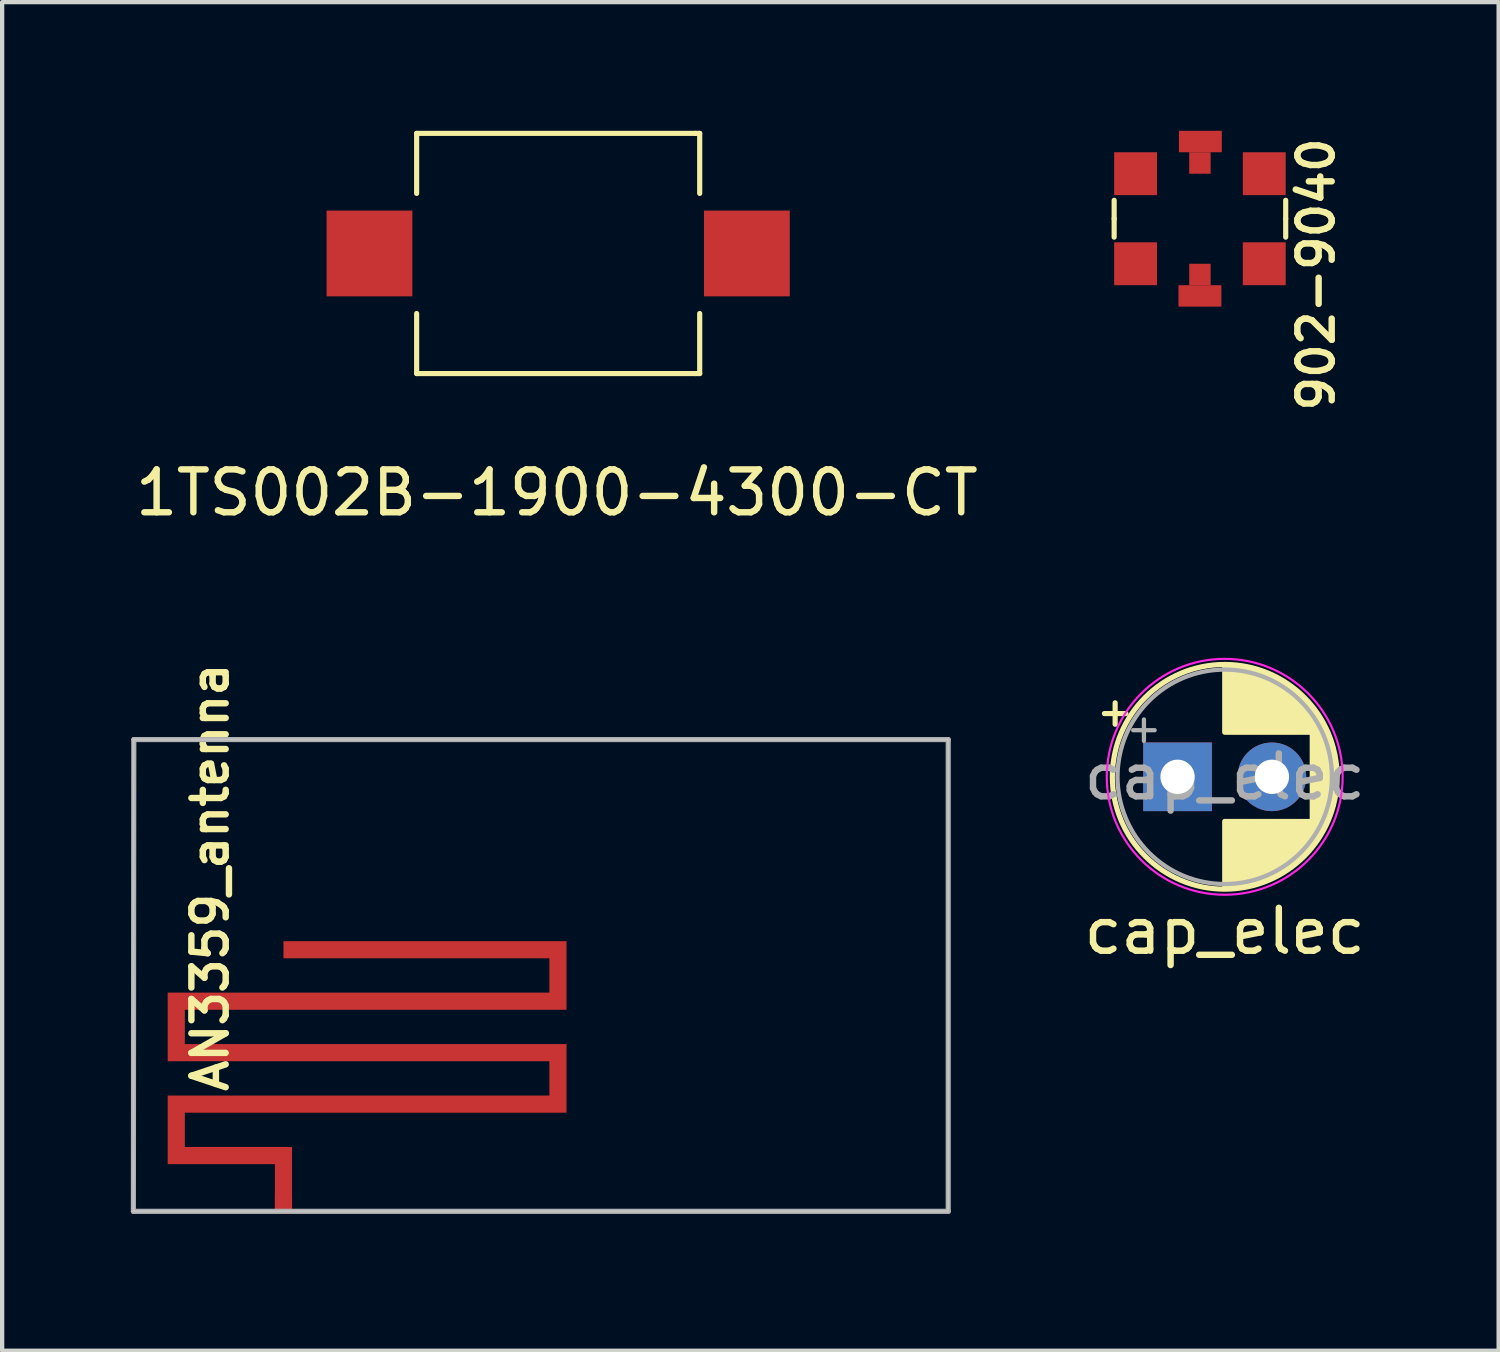
<source format=kicad_pcb>
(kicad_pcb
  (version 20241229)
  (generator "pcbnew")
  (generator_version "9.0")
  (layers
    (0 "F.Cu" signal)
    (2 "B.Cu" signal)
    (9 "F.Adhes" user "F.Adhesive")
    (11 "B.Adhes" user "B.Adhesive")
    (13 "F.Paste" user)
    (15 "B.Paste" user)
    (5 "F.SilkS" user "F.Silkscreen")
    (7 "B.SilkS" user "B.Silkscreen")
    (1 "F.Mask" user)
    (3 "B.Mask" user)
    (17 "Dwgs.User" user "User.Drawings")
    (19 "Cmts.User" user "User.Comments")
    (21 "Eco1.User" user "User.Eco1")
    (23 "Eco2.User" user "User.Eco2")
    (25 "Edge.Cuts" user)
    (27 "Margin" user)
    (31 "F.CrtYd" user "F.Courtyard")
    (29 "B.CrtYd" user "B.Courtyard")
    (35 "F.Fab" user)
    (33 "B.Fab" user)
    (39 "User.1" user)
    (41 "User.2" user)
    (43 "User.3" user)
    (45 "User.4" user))
  (footprint "AN3359_antenna"
    (layer "F.Cu")
    (at 3.56 25.195)
    (property "Reference" "AN3359_antenna" (at -1.71 -7.79 90) (layer "F.SilkS") (effects (font (size 0.8 0.8) (thickness 0.15))))
    (attr through_hole)
    (fp_poly (pts (xy 6.6 -4.7) (xy -2.3 -4.7) (xy -2.3 -3.9) (xy 6.6 -3.9) (xy 6.6 -2.3) (xy -2.3 -2.3) (xy -2.3 -1.5) (xy 0.2 -1.5) (xy 0.2 0) (xy -0.2 0) (xy -0.2 -1.1) (xy -2.7 -1.1) (xy -2.7 -2.7) (xy 6.2 -2.7) (xy 6.2 -3.5) (xy -2.7 -3.5) (xy -2.7 -5.1) (xy 6.2 -5.1) (xy 6.2 -5.9) (xy 0 -5.9) (xy 0 -6.3) (xy 6.6 -6.3)) (stroke (width 0) (type solid)) (fill yes) (layer "F.Cu"))
    (fp_line (start -3.5 -11) (end 15.5 -11) (stroke (width 0.05) (type solid)) (layer "Dwgs.User"))
    (fp_line (start -3.5 0) (end -3.5 -11) (stroke (width 0.05) (type solid)) (layer "Dwgs.User"))
    (fp_line (start 0 0) (end -3.5 0) (stroke (width 0.05) (type solid)) (layer "Dwgs.User"))
    (fp_line (start 15.5 -11) (end 15.5 0) (stroke (width 0.05) (type solid)) (layer "Dwgs.User"))
    (fp_line (start 15.5 0) (end 0 0) (stroke (width 0.05) (type solid)) (layer "Dwgs.User"))
    (fp_line (start -3.5 0) (end -3.49 -11) (stroke (width 0.12) (type solid)) (layer "F.Fab"))
    (fp_line (start -3.49 -11) (end 15.5 -11) (stroke (width 0.12) (type solid)) (layer "F.Fab"))
    (fp_line (start 15.5 -11) (end 15.5 0) (stroke (width 0.12) (type solid)) (layer "F.Fab"))
    (fp_line (start 15.5 0) (end -3.5 0) (stroke (width 0.12) (type solid)) (layer "F.Fab"))
    (pad "1" smd rect (at 0 -0.2) (size 0.4 0.4) (layers "F.Cu" "F.Mask" "F.Paste")))
  (footprint "1TS002B-1900-4300-CT"
    (layer "F.Cu")
    (at 9.965 2.86)
    (property "Reference" "1TS002B-1900-4300-CT" (at -0.03 5.58 0) (layer "F.SilkS") (effects (font (size 1 1) (thickness 0.15))))
    (attr through_hole)
    (fp_line (start -3.3 -2.8) (end 3.2 -2.8) (stroke (width 0.12) (type solid)) (layer "F.SilkS"))
    (fp_line (start -3.3 -1.4) (end -3.3 -2.8) (stroke (width 0.12) (type solid)) (layer "F.SilkS"))
    (fp_line (start -3.3 1.4) (end -3.3 2.8) (stroke (width 0.12) (type solid)) (layer "F.SilkS"))
    (fp_line (start -3.3 2.8) (end 3.2 2.8) (stroke (width 0.12) (type solid)) (layer "F.SilkS"))
    (fp_line (start 3.3 -2.8) (end 3.2 -2.8) (stroke (width 0.12) (type solid)) (layer "F.SilkS"))
    (fp_line (start 3.3 -2.8) (end 3.3 -1.4) (stroke (width 0.12) (type solid)) (layer "F.SilkS"))
    (fp_line (start 3.3 2.8) (end 3.2 2.8) (stroke (width 0.12) (type solid)) (layer "F.SilkS"))
    (fp_line (start 3.3 2.8) (end 3.3 1.4) (stroke (width 0.12) (type solid)) (layer "F.SilkS"))
    (pad "1" smd rect (at -4.4 0) (size 2 2) (layers "F.Cu" "F.Mask" "F.Paste"))
    (pad "2" smd rect (at 4.4 0) (size 2 2) (layers "F.Cu" "F.Mask" "F.Paste")))
  (footprint "902-9040"
    (layer "F.Cu")
    (at 24.929 2.05)
    (property "Reference" "902-9040" (at 2.71 1.3 90) (layer "F.SilkS") (effects (font (size 0.8 0.8) (thickness 0.15))))
    (attr through_hole)
    (fp_poly (pts (xy 0.25 -1.05) (xy -0.25 -1.05) (xy -0.25 -1.55) (xy 0.25 -1.55)) (stroke (width 0.001) (type solid)) (fill yes) (layer "F.Cu"))
    (fp_poly (pts (xy 0.25 1.55) (xy -0.25 1.55) (xy -0.25 1.05) (xy 0.25 1.05)) (stroke (width 0.001) (type solid)) (fill yes) (layer "F.Cu"))
    (fp_line (start -2 0) (end -2 -0.43) (stroke (width 0.12) (type solid)) (layer "F.SilkS"))
    (fp_line (start -2 0) (end -2 0.43) (stroke (width 0.12) (type solid)) (layer "F.SilkS"))
    (fp_line (start 2 0) (end 2 -0.43) (stroke (width 0.12) (type solid)) (layer "F.SilkS"))
    (fp_line (start 2 0) (end 2 0.43) (stroke (width 0.12) (type solid)) (layer "F.SilkS"))
    (pad "1" smd rect (at 0.01 -1.8) (size 1 0.5) (layers "F.Cu" "F.Mask" "F.Paste"))
    (pad "2" smd rect (at 0 1.8) (size 1 0.5) (layers "F.Cu" "F.Mask" "F.Paste"))
    (pad "3" smd rect (at -1.5 -1.05) (size 1 1) (layers "F.Cu" "F.Mask" "F.Paste"))
    (pad "4" smd rect (at 1.5 -1.05) (size 1 1) (layers "F.Cu" "F.Mask" "F.Paste"))
    (pad "5" smd rect (at -1.5 1.05) (size 1 1) (layers "F.Cu" "F.Mask" "F.Paste"))
    (pad "6" smd rect (at 1.5 1.05) (size 1 1) (layers "F.Cu" "F.Mask" "F.Paste")))
  (footprint "cap_elec"
    (layer "F.Cu")
    (at 25.507 14.863)
    (property "Reference" "cap_elec" (at 0 3.8 0) (layer "F.SilkS") (effects (font (size 1 1) (thickness 0.15))))
    (attr through_hole)
    (fp_line (start -2.805 -1.275) (end -2.305 -1.275) (stroke (width 0.12) (type solid)) (layer "F.SilkS"))
    (fp_line (start -2.555 -1.525) (end -2.555 -1.025) (stroke (width 0.12) (type solid)) (layer "F.SilkS"))
    (fp_line (start 0 -2.38) (end 0 -0.84) (stroke (width 0.12) (type solid)) (layer "F.SilkS"))
    (fp_line (start 0 1.24) (end 0 2.78) (stroke (width 0.12) (type solid)) (layer "F.SilkS"))
    (fp_line (start 0.04 -2.38) (end 0.04 -0.84) (stroke (width 0.12) (type solid)) (layer "F.SilkS"))
    (fp_line (start 0.04 1.24) (end 0.04 2.78) (stroke (width 0.12) (type solid)) (layer "F.SilkS"))
    (fp_line (start 0.08 -2.379) (end 0.08 -0.84) (stroke (width 0.12) (type solid)) (layer "F.SilkS"))
    (fp_line (start 0.08 1.24) (end 0.08 2.779) (stroke (width 0.12) (type solid)) (layer "F.SilkS"))
    (fp_line (start 0.12 -2.378) (end 0.12 -0.84) (stroke (width 0.12) (type solid)) (layer "F.SilkS"))
    (fp_line (start 0.12 1.24) (end 0.12 2.778) (stroke (width 0.12) (type solid)) (layer "F.SilkS"))
    (fp_line (start 0.16 -2.376) (end 0.16 -0.84) (stroke (width 0.12) (type solid)) (layer "F.SilkS"))
    (fp_line (start 0.16 1.24) (end 0.16 2.776) (stroke (width 0.12) (type solid)) (layer "F.SilkS"))
    (fp_line (start 0.2 -2.373) (end 0.2 -0.84) (stroke (width 0.12) (type solid)) (layer "F.SilkS"))
    (fp_line (start 0.2 1.24) (end 0.2 2.773) (stroke (width 0.12) (type solid)) (layer "F.SilkS"))
    (fp_line (start 0.24 -2.369) (end 0.24 -0.84) (stroke (width 0.12) (type solid)) (layer "F.SilkS"))
    (fp_line (start 0.24 1.24) (end 0.24 2.769) (stroke (width 0.12) (type solid)) (layer "F.SilkS"))
    (fp_line (start 0.28 -2.365) (end 0.28 -0.84) (stroke (width 0.12) (type solid)) (layer "F.SilkS"))
    (fp_line (start 0.28 1.24) (end 0.28 2.765) (stroke (width 0.12) (type solid)) (layer "F.SilkS"))
    (fp_line (start 0.32 -2.361) (end 0.32 -0.84) (stroke (width 0.12) (type solid)) (layer "F.SilkS"))
    (fp_line (start 0.32 1.24) (end 0.32 2.761) (stroke (width 0.12) (type solid)) (layer "F.SilkS"))
    (fp_line (start 0.36 -2.356) (end 0.36 -0.84) (stroke (width 0.12) (type solid)) (layer "F.SilkS"))
    (fp_line (start 0.36 1.24) (end 0.36 2.756) (stroke (width 0.12) (type solid)) (layer "F.SilkS"))
    (fp_line (start 0.4 -2.35) (end 0.4 -0.84) (stroke (width 0.12) (type solid)) (layer "F.SilkS"))
    (fp_line (start 0.4 1.24) (end 0.4 2.75) (stroke (width 0.12) (type solid)) (layer "F.SilkS"))
    (fp_line (start 0.44 -2.343) (end 0.44 -0.84) (stroke (width 0.12) (type solid)) (layer "F.SilkS"))
    (fp_line (start 0.44 1.24) (end 0.44 2.743) (stroke (width 0.12) (type solid)) (layer "F.SilkS"))
    (fp_line (start 0.48 -2.336) (end 0.48 -0.84) (stroke (width 0.12) (type solid)) (layer "F.SilkS"))
    (fp_line (start 0.48 1.24) (end 0.48 2.736) (stroke (width 0.12) (type solid)) (layer "F.SilkS"))
    (fp_line (start 0.52 -2.328) (end 0.52 -0.84) (stroke (width 0.12) (type solid)) (layer "F.SilkS"))
    (fp_line (start 0.52 1.24) (end 0.52 2.728) (stroke (width 0.12) (type solid)) (layer "F.SilkS"))
    (fp_line (start 0.56 -2.32) (end 0.56 -0.84) (stroke (width 0.12) (type solid)) (layer "F.SilkS"))
    (fp_line (start 0.56 1.24) (end 0.56 2.72) (stroke (width 0.12) (type solid)) (layer "F.SilkS"))
    (fp_line (start 0.6 -2.311) (end 0.6 -0.84) (stroke (width 0.12) (type solid)) (layer "F.SilkS"))
    (fp_line (start 0.6 1.24) (end 0.6 2.711) (stroke (width 0.12) (type solid)) (layer "F.SilkS"))
    (fp_line (start 0.64 -2.301) (end 0.64 -0.84) (stroke (width 0.12) (type solid)) (layer "F.SilkS"))
    (fp_line (start 0.64 1.24) (end 0.64 2.701) (stroke (width 0.12) (type solid)) (layer "F.SilkS"))
    (fp_line (start 0.68 -2.291) (end 0.68 -0.84) (stroke (width 0.12) (type solid)) (layer "F.SilkS"))
    (fp_line (start 0.68 1.24) (end 0.68 2.691) (stroke (width 0.12) (type solid)) (layer "F.SilkS"))
    (fp_line (start 0.721 -2.28) (end 0.721 -0.84) (stroke (width 0.12) (type solid)) (layer "F.SilkS"))
    (fp_line (start 0.721 1.24) (end 0.721 2.68) (stroke (width 0.12) (type solid)) (layer "F.SilkS"))
    (fp_line (start 0.761 -2.268) (end 0.761 -0.84) (stroke (width 0.12) (type solid)) (layer "F.SilkS"))
    (fp_line (start 0.761 1.24) (end 0.761 2.668) (stroke (width 0.12) (type solid)) (layer "F.SilkS"))
    (fp_line (start 0.801 -2.255) (end 0.801 -0.84) (stroke (width 0.12) (type solid)) (layer "F.SilkS"))
    (fp_line (start 0.801 1.24) (end 0.801 2.655) (stroke (width 0.12) (type solid)) (layer "F.SilkS"))
    (fp_line (start 0.841 -2.242) (end 0.841 -0.84) (stroke (width 0.12) (type solid)) (layer "F.SilkS"))
    (fp_line (start 0.841 1.24) (end 0.841 2.642) (stroke (width 0.12) (type solid)) (layer "F.SilkS"))
    (fp_line (start 0.881 -2.228) (end 0.881 -0.84) (stroke (width 0.12) (type solid)) (layer "F.SilkS"))
    (fp_line (start 0.881 1.24) (end 0.881 2.628) (stroke (width 0.12) (type solid)) (layer "F.SilkS"))
    (fp_line (start 0.921 -2.214) (end 0.921 -0.84) (stroke (width 0.12) (type solid)) (layer "F.SilkS"))
    (fp_line (start 0.921 1.24) (end 0.921 2.614) (stroke (width 0.12) (type solid)) (layer "F.SilkS"))
    (fp_line (start 0.961 -2.198) (end 0.961 -0.84) (stroke (width 0.12) (type solid)) (layer "F.SilkS"))
    (fp_line (start 0.961 1.24) (end 0.961 2.598) (stroke (width 0.12) (type solid)) (layer "F.SilkS"))
    (fp_line (start 1.001 -2.182) (end 1.001 -0.84) (stroke (width 0.12) (type solid)) (layer "F.SilkS"))
    (fp_line (start 1.001 1.24) (end 1.001 2.582) (stroke (width 0.12) (type solid)) (layer "F.SilkS"))
    (fp_line (start 1.041 -2.165) (end 1.041 -0.84) (stroke (width 0.12) (type solid)) (layer "F.SilkS"))
    (fp_line (start 1.041 1.24) (end 1.041 2.565) (stroke (width 0.12) (type solid)) (layer "F.SilkS"))
    (fp_line (start 1.081 -2.148) (end 1.081 -0.84) (stroke (width 0.12) (type solid)) (layer "F.SilkS"))
    (fp_line (start 1.081 1.24) (end 1.081 2.548) (stroke (width 0.12) (type solid)) (layer "F.SilkS"))
    (fp_line (start 1.121 -2.129) (end 1.121 -0.84) (stroke (width 0.12) (type solid)) (layer "F.SilkS"))
    (fp_line (start 1.121 1.24) (end 1.121 2.529) (stroke (width 0.12) (type solid)) (layer "F.SilkS"))
    (fp_line (start 1.161 -2.11) (end 1.161 -0.84) (stroke (width 0.12) (type solid)) (layer "F.SilkS"))
    (fp_line (start 1.161 1.24) (end 1.161 2.51) (stroke (width 0.12) (type solid)) (layer "F.SilkS"))
    (fp_line (start 1.201 -2.09) (end 1.201 -0.84) (stroke (width 0.12) (type solid)) (layer "F.SilkS"))
    (fp_line (start 1.201 1.24) (end 1.201 2.49) (stroke (width 0.12) (type solid)) (layer "F.SilkS"))
    (fp_line (start 1.241 -2.068) (end 1.241 -0.84) (stroke (width 0.12) (type solid)) (layer "F.SilkS"))
    (fp_line (start 1.241 1.24) (end 1.241 2.468) (stroke (width 0.12) (type solid)) (layer "F.SilkS"))
    (fp_line (start 1.281 -2.047) (end 1.281 -0.84) (stroke (width 0.12) (type solid)) (layer "F.SilkS"))
    (fp_line (start 1.281 1.24) (end 1.281 2.447) (stroke (width 0.12) (type solid)) (layer "F.SilkS"))
    (fp_line (start 1.321 -2.024) (end 1.321 -0.84) (stroke (width 0.12) (type solid)) (layer "F.SilkS"))
    (fp_line (start 1.321 1.24) (end 1.321 2.424) (stroke (width 0.12) (type solid)) (layer "F.SilkS"))
    (fp_line (start 1.361 -2) (end 1.361 -0.84) (stroke (width 0.12) (type solid)) (layer "F.SilkS"))
    (fp_line (start 1.361 1.24) (end 1.361 2.4) (stroke (width 0.12) (type solid)) (layer "F.SilkS"))
    (fp_line (start 1.401 -1.975) (end 1.401 -0.84) (stroke (width 0.12) (type solid)) (layer "F.SilkS"))
    (fp_line (start 1.401 1.24) (end 1.401 2.375) (stroke (width 0.12) (type solid)) (layer "F.SilkS"))
    (fp_line (start 1.441 -1.949) (end 1.441 -0.84) (stroke (width 0.12) (type solid)) (layer "F.SilkS"))
    (fp_line (start 1.441 1.24) (end 1.441 2.349) (stroke (width 0.12) (type solid)) (layer "F.SilkS"))
    (fp_line (start 1.481 -1.922) (end 1.481 -0.84) (stroke (width 0.12) (type solid)) (layer "F.SilkS"))
    (fp_line (start 1.481 1.24) (end 1.481 2.322) (stroke (width 0.12) (type solid)) (layer "F.SilkS"))
    (fp_line (start 1.521 -1.895) (end 1.521 -0.84) (stroke (width 0.12) (type solid)) (layer "F.SilkS"))
    (fp_line (start 1.521 1.24) (end 1.521 2.295) (stroke (width 0.12) (type solid)) (layer "F.SilkS"))
    (fp_line (start 1.561 -1.865) (end 1.561 -0.84) (stroke (width 0.12) (type solid)) (layer "F.SilkS"))
    (fp_line (start 1.561 1.24) (end 1.561 2.265) (stroke (width 0.12) (type solid)) (layer "F.SilkS"))
    (fp_line (start 1.601 -1.835) (end 1.601 -0.84) (stroke (width 0.12) (type solid)) (layer "F.SilkS"))
    (fp_line (start 1.601 1.24) (end 1.601 2.235) (stroke (width 0.12) (type solid)) (layer "F.SilkS"))
    (fp_line (start 1.641 -1.804) (end 1.641 -0.84) (stroke (width 0.12) (type solid)) (layer "F.SilkS"))
    (fp_line (start 1.641 1.24) (end 1.641 2.204) (stroke (width 0.12) (type solid)) (layer "F.SilkS"))
    (fp_line (start 1.681 -1.771) (end 1.681 -0.84) (stroke (width 0.12) (type solid)) (layer "F.SilkS"))
    (fp_line (start 1.681 1.24) (end 1.681 2.171) (stroke (width 0.12) (type solid)) (layer "F.SilkS"))
    (fp_line (start 1.721 -1.737) (end 1.721 -0.84) (stroke (width 0.12) (type solid)) (layer "F.SilkS"))
    (fp_line (start 1.721 1.24) (end 1.721 2.137) (stroke (width 0.12) (type solid)) (layer "F.SilkS"))
    (fp_line (start 1.761 -1.701) (end 1.761 -0.84) (stroke (width 0.12) (type solid)) (layer "F.SilkS"))
    (fp_line (start 1.761 1.24) (end 1.761 2.101) (stroke (width 0.12) (type solid)) (layer "F.SilkS"))
    (fp_line (start 1.801 -1.664) (end 1.801 -0.84) (stroke (width 0.12) (type solid)) (layer "F.SilkS"))
    (fp_line (start 1.801 1.24) (end 1.801 2.064) (stroke (width 0.12) (type solid)) (layer "F.SilkS"))
    (fp_line (start 1.841 -1.626) (end 1.841 -0.84) (stroke (width 0.12) (type solid)) (layer "F.SilkS"))
    (fp_line (start 1.841 1.24) (end 1.841 2.026) (stroke (width 0.12) (type solid)) (layer "F.SilkS"))
    (fp_line (start 1.881 -1.585) (end 1.881 -0.84) (stroke (width 0.12) (type solid)) (layer "F.SilkS"))
    (fp_line (start 1.881 1.24) (end 1.881 1.985) (stroke (width 0.12) (type solid)) (layer "F.SilkS"))
    (fp_line (start 1.921 -1.543) (end 1.921 -0.84) (stroke (width 0.12) (type solid)) (layer "F.SilkS"))
    (fp_line (start 1.921 1.24) (end 1.921 1.943) (stroke (width 0.12) (type solid)) (layer "F.SilkS"))
    (fp_line (start 1.961 -1.499) (end 1.961 -0.84) (stroke (width 0.12) (type solid)) (layer "F.SilkS"))
    (fp_line (start 1.961 1.24) (end 1.961 1.899) (stroke (width 0.12) (type solid)) (layer "F.SilkS"))
    (fp_line (start 2.001 -1.453) (end 2.001 -0.84) (stroke (width 0.12) (type solid)) (layer "F.SilkS"))
    (fp_line (start 2.001 1.24) (end 2.001 1.853) (stroke (width 0.12) (type solid)) (layer "F.SilkS"))
    (fp_line (start 2.041 -1.405) (end 2.041 1.805) (stroke (width 0.12) (type solid)) (layer "F.SilkS"))
    (fp_line (start 2.081 -1.354) (end 2.081 1.754) (stroke (width 0.12) (type solid)) (layer "F.SilkS"))
    (fp_line (start 2.121 -1.3) (end 2.121 1.7) (stroke (width 0.12) (type solid)) (layer "F.SilkS"))
    (fp_line (start 2.161 -1.243) (end 2.161 1.643) (stroke (width 0.12) (type solid)) (layer "F.SilkS"))
    (fp_line (start 2.201 -1.183) (end 2.201 1.583) (stroke (width 0.12) (type solid)) (layer "F.SilkS"))
    (fp_line (start 2.241 -1.119) (end 2.241 1.519) (stroke (width 0.12) (type solid)) (layer "F.SilkS"))
    (fp_line (start 2.281 -1.051) (end 2.281 1.451) (stroke (width 0.12) (type solid)) (layer "F.SilkS"))
    (fp_line (start 2.321 -0.978) (end 2.321 1.378) (stroke (width 0.12) (type solid)) (layer "F.SilkS"))
    (fp_line (start 2.361 -0.898) (end 2.361 1.298) (stroke (width 0.12) (type solid)) (layer "F.SilkS"))
    (fp_line (start 2.401 -0.811) (end 2.401 1.211) (stroke (width 0.12) (type solid)) (layer "F.SilkS"))
    (fp_line (start 2.441 -0.715) (end 2.441 1.115) (stroke (width 0.12) (type solid)) (layer "F.SilkS"))
    (fp_line (start 2.481 -0.605) (end 2.481 1.005) (stroke (width 0.12) (type solid)) (layer "F.SilkS"))
    (fp_line (start 2.521 -0.477) (end 2.521 0.877) (stroke (width 0.12) (type solid)) (layer "F.SilkS"))
    (fp_line (start 2.561 -0.318) (end 2.561 0.718) (stroke (width 0.12) (type solid)) (layer "F.SilkS"))
    (fp_line (start 2.601 -0.084) (end 2.601 0.484) (stroke (width 0.12) (type solid)) (layer "F.SilkS"))
    (fp_circle (center 0 0.2) (end 2.62 0.2) (stroke (width 0.12) (type solid)) (fill no) (layer "F.SilkS"))
    (fp_circle (center 0 0.2) (end 2.75 0.2) (stroke (width 0.05) (type solid)) (fill no) (layer "F.CrtYd"))
    (fp_line (start -2.134 -0.887) (end -1.634 -0.887) (stroke (width 0.1) (type solid)) (layer "F.Fab"))
    (fp_line (start -1.884 -1.137) (end -1.884 -0.637) (stroke (width 0.1) (type solid)) (layer "F.Fab"))
    (fp_circle (center 0 0.2) (end 2.5 0.2) (stroke (width 0.1) (type solid)) (fill no) (layer "F.Fab"))
    (fp_text user "${REFERENCE}" (at 0 0.2 0) (layer "F.Fab") (effects (font (size 1 1) (thickness 0.15))))
    (pad "1" thru_hole rect (at -1.1 0.2) (size 1.6 1.6) (drill 0.8) (layers "*.Cu" "*.Mask"))
    (pad "2" thru_hole circle (at 1.1 0.2) (size 1.6 1.6) (drill 0.8) (layers "*.Cu" "*.Mask")))
  (gr_rect
    (start -3 -3)
    (end 31.894 28.445)
    (stroke (width 0.1) (type default))
    (fill no)
    (layer "Edge.Cuts")))
</source>
